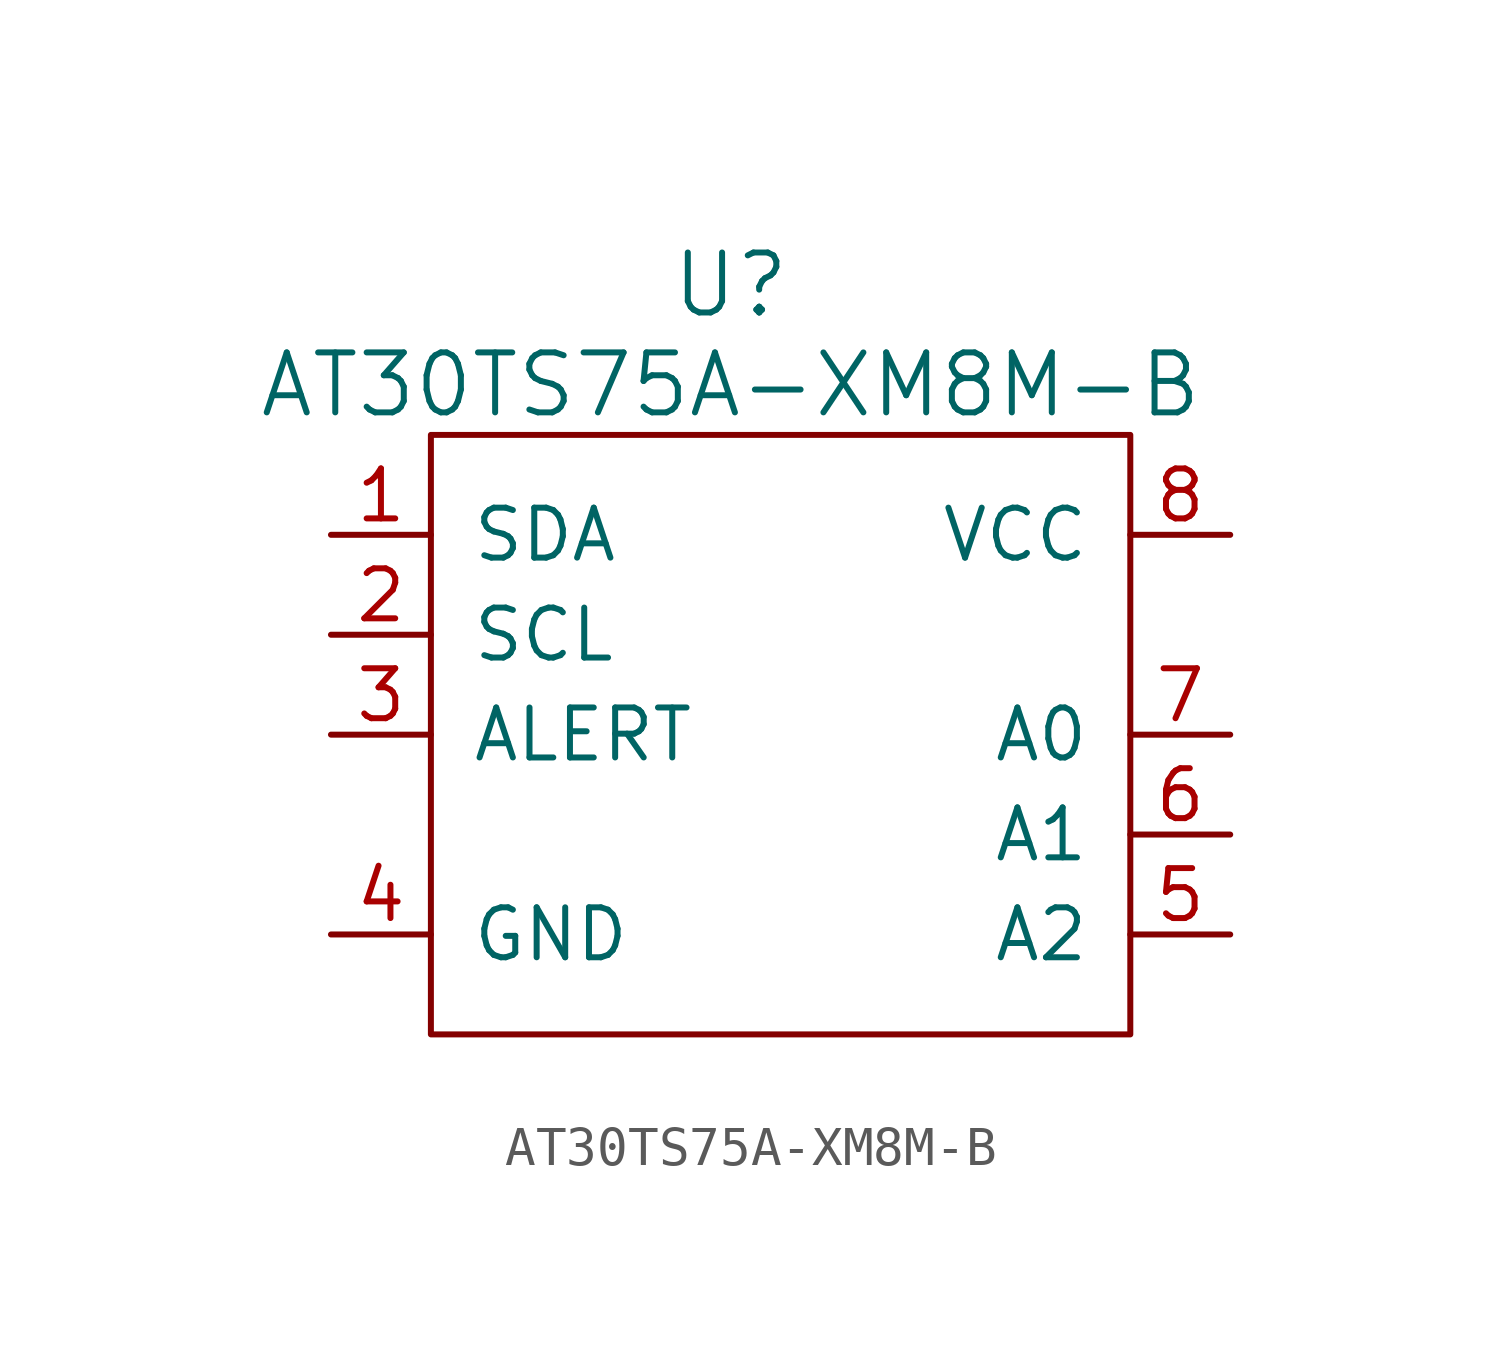
<source format=kicad_sym>
(kicad_symbol_lib
  (version 20220914)
  (generator kicad_symbol_editor)
  (symbol "AT30TS75A-XM8M-B"
    (pin_names
      (offset 1.016))
    (property "Reference" "U"
      (at 7.62 19.05 0)
      (effects (font (size 1.524 1.524))))
    (property "Value" "AT30TS75A-XM8M-B"
      (at 7.62 16.51 0)
      (effects (font (size 1.524 1.524))))
    (property "Datasheet" ""
      (at 0 0.635 0)
      (effects (font (size 1.524 1.524))))
    (symbol "AT30TS75A-XM8M-B_0_1"
      (rectangle (start 0 0) (end 17.78 15.24) (stroke (width 0) (type solid)) (fill (type none))))
    (symbol "AT30TS75A-XM8M-B_1_1"
      (pin bidirectional line (at -2.54 12.7 0) (length 2.54) (name "SDA" (effects (font (size 1.27 1.27)))) (number "1" (effects (font (size 1.27 1.27)))))
      (pin input line (at -2.54 10.16 0) (length 2.54) (name "SCL" (effects (font (size 1.27 1.27)))) (number "2" (effects (font (size 1.27 1.27)))))
      (pin output line (at -2.54 7.62 0) (length 2.54) (name "ALERT" (effects (font (size 1.27 1.27)))) (number "3" (effects (font (size 1.27 1.27)))))
      (pin power_in line (at -2.54 2.54 0) (length 2.54) (name "GND" (effects (font (size 1.27 1.27)))) (number "4" (effects (font (size 1.27 1.27)))))
      (pin input line (at 20.32 2.54 180) (length 2.54) (name "A2" (effects (font (size 1.27 1.27)))) (number "5" (effects (font (size 1.27 1.27)))))
      (pin input line (at 20.32 5.08 180) (length 2.54) (name "A1" (effects (font (size 1.27 1.27)))) (number "6" (effects (font (size 1.27 1.27)))))
      (pin input line (at 20.32 7.62 180) (length 2.54) (name "A0" (effects (font (size 1.27 1.27)))) (number "7" (effects (font (size 1.27 1.27)))))
      (pin power_in line (at 20.32 12.7 180) (length 2.54) (name "VCC" (effects (font (size 1.27 1.27)))) (number "8" (effects (font (size 1.27 1.27))))))))
</source>
